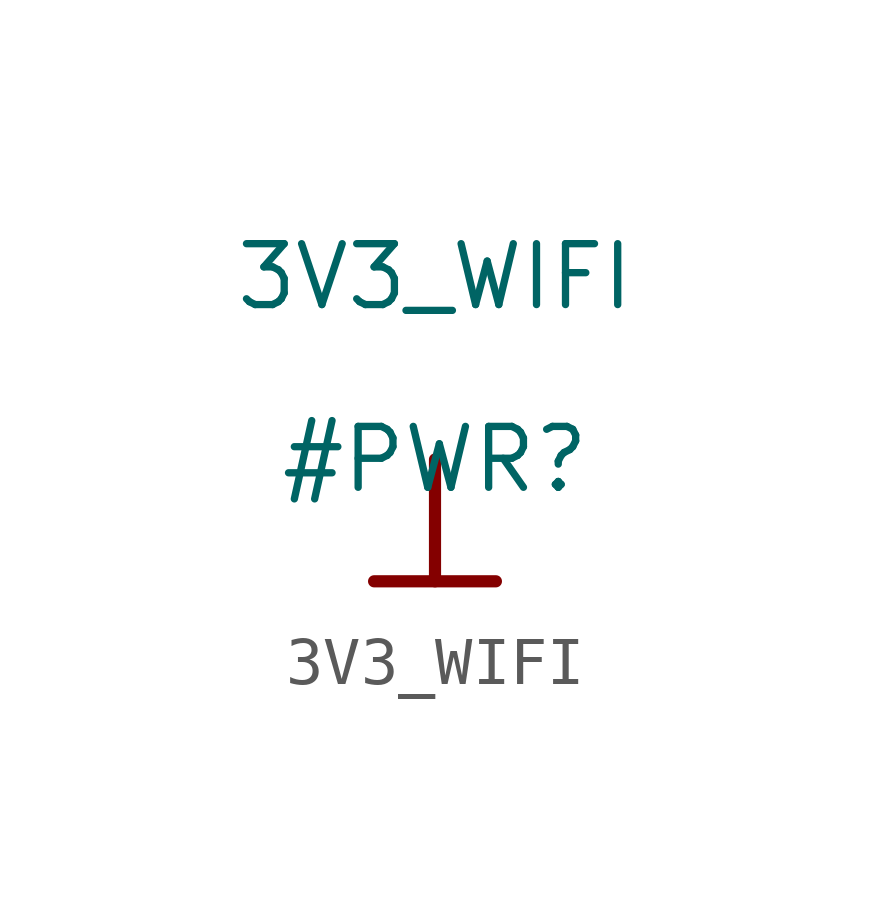
<source format=kicad_sym>
(kicad_symbol_lib
  (version 20220914)
  (generator kicad_symbol_editor)
  (symbol "3V3_WIFI"
    (power)
    (property "Reference" "#PWR"
      (at 0 0 0)
      (effects (font (size 1.27 1.27))))
    (property "Value" "3V3_WIFI"
      (at 0 3.81 0)
      (effects (font (size 1.27 1.27))))
    (symbol "3V3_WIFI_0_0"
      (polyline (pts (xy -1.27 -2.54) (xy 1.27 -2.54)) (stroke (width 0.254) (type solid)) (fill (type none)))
      (polyline (pts (xy 0 0) (xy 0 -2.54)) (stroke (width 0.254) (type solid)) (fill (type none)))
      (pin power_in line (at 0 0 0) (length 0) hide (name "3V3_WIFI" (effects (font (size 1.27 1.27)))) (number "" (effects (font (size 1.27 1.27))))))))
</source>
